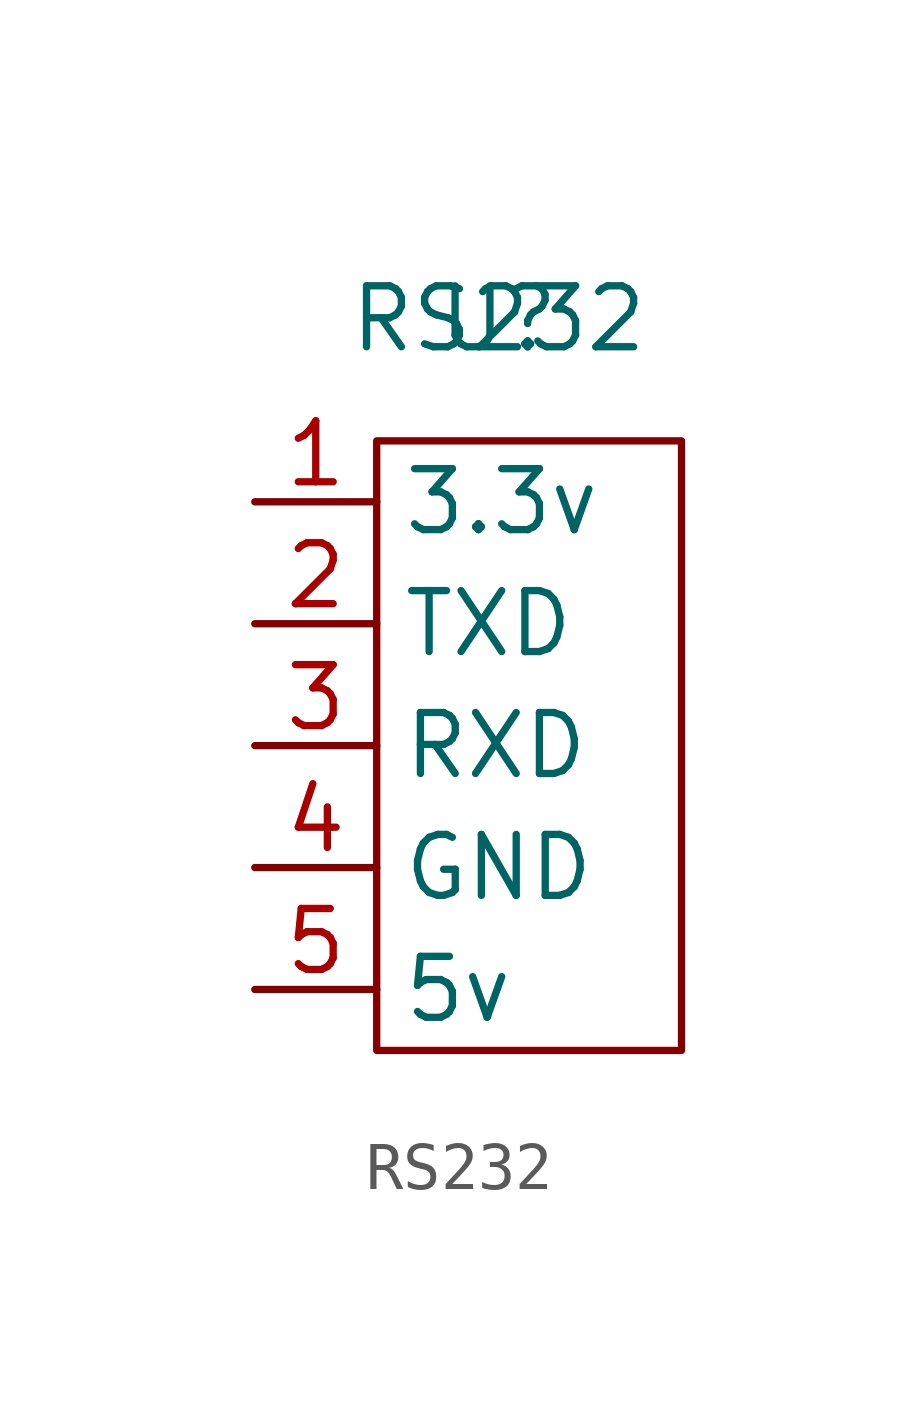
<source format=kicad_sym>
(kicad_symbol_lib
  (version 20211014)
  (generator kicad_symbol_editor)
  (symbol "RS232"
    (property "Reference" "U"
      (at 2.54 1.27 0)
      (effects (font (size 1.27 1.27))))
    (property "Value" "RS232"
      (at 2.54 1.27 0)
      (effects (font (size 1.27 1.27))))
    (symbol "RS232_0_1"
      (rectangle (start 6.35 -13.97) (end 0 -1.27) (stroke (width 0) (type default) (color 0 0 0 0)) (fill (type none))))
    (symbol "RS232_1_1"
      (pin input line (at -2.54 -2.54 0) (length 2.54) (name "3.3v" (effects (font (size 1.27 1.27)))) (number "1" (effects (font (size 1.27 1.27)))))
      (pin bidirectional line (at -2.54 -5.08 0) (length 2.54) (name "TXD" (effects (font (size 1.27 1.27)))) (number "2" (effects (font (size 1.27 1.27)))))
      (pin bidirectional line (at -2.54 -7.62 0) (length 2.54) (name "RXD" (effects (font (size 1.27 1.27)))) (number "3" (effects (font (size 1.27 1.27)))))
      (pin input line (at -2.54 -10.16 0) (length 2.54) (name "GND" (effects (font (size 1.27 1.27)))) (number "4" (effects (font (size 1.27 1.27)))))
      (pin input line (at -2.54 -12.7 0) (length 2.54) (name "5v" (effects (font (size 1.27 1.27)))) (number "5" (effects (font (size 1.27 1.27))))))))
</source>
